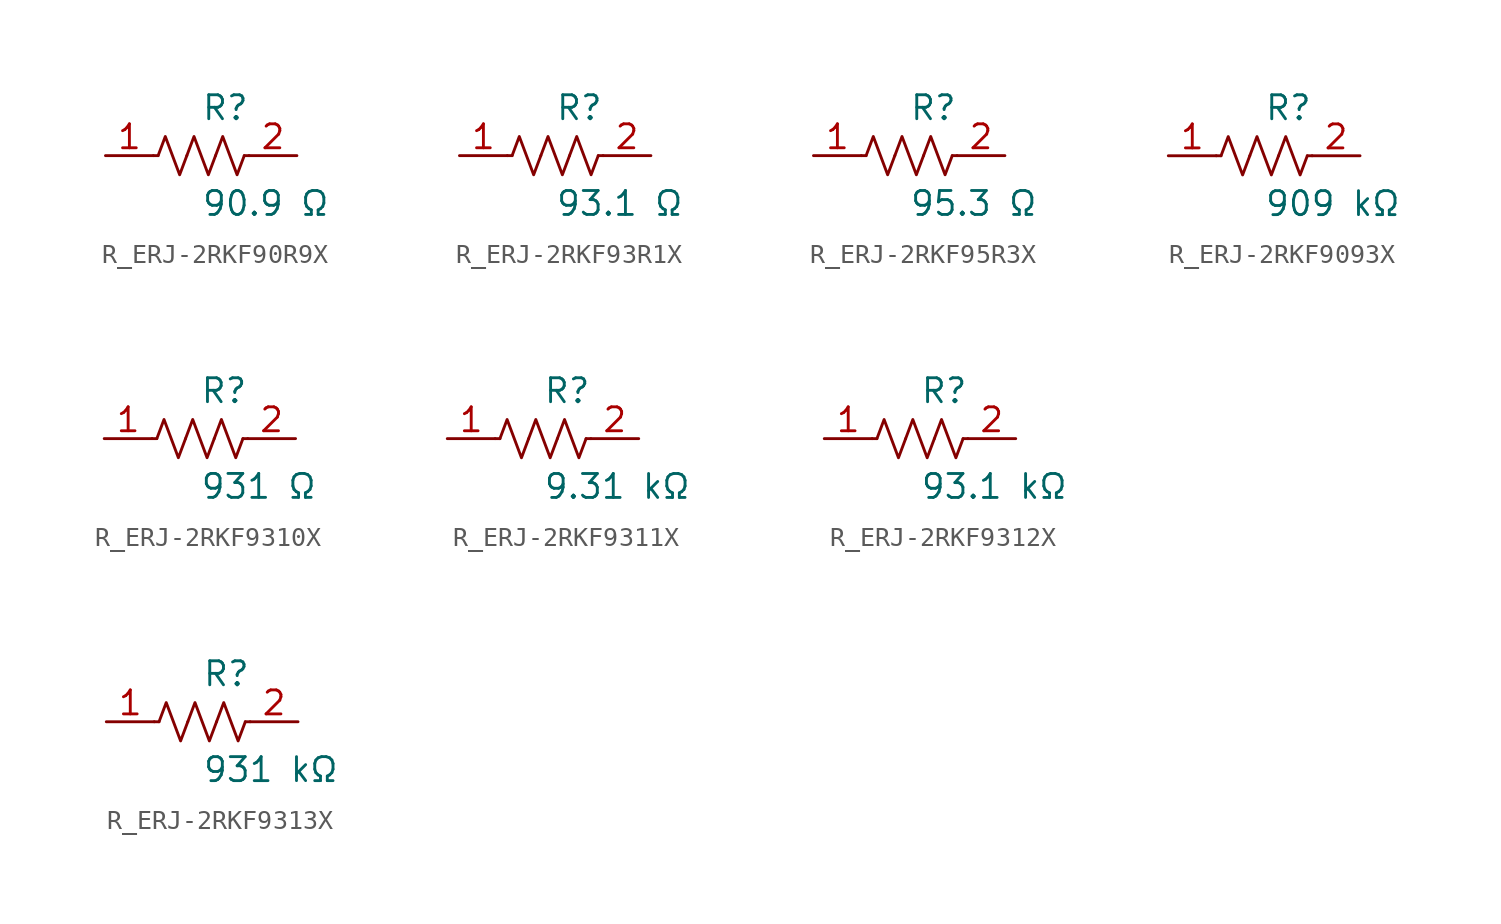
<source format=kicad_sym>
(kicad_symbol_lib
  (version 20231120)
  (generator kicad_symbol_editor)
  (generator_version 8.0)
  (symbol "R_ERJ-2RKF90R9X"
    (pin_names
      (offset 0.254))
    (property "Reference" "R"
      (at 0 2.54 0)
      (effects (font (size 1.27 1.27)) (justify left)))
    (property "Value" "90.9 Ω"
      (at 0 -2.54 0)
      (effects (font (size 1.27 1.27)) (justify left)))
    (symbol "R_ERJ-2RKF90R9X_0_1"
      (polyline (pts (xy 2.286 0) (xy 2.54 0)) (stroke (width 0) (type default)) (fill (type none)))
      (polyline (pts (xy -2.286 0) (xy -2.54 0)) (stroke (width 0) (type default)) (fill (type none)))
      (polyline (pts (xy 0.762 0) (xy 1.143 1.016) (xy 1.524 0) (xy 1.905 -1.016) (xy 2.286 0)) (stroke (width 0) (type default)) (fill (type none)))
      (polyline (pts (xy -0.762 0) (xy -0.381 1.016) (xy 0 0) (xy 0.381 -1.016) (xy 0.762 0)) (stroke (width 0) (type default)) (fill (type none)))
      (polyline (pts (xy -2.286 0) (xy -1.905 1.016) (xy -1.524 0) (xy -1.143 -1.016) (xy -0.762 0)) (stroke (width 0) (type default)) (fill (type none))))
    (pin unspecified line
      (at -5.08 0 0)
      (length 2.54)
      (name "" (effects (font (size 1.27 1.27))))
      (number "1" (effects (font (size 1.27 1.27)))))
    (pin unspecified line
      (at 5.08 0 180)
      (length 2.54)
      (name "" (effects (font (size 1.27 1.27))))
      (number "2" (effects (font (size 1.27 1.27))))))
  (symbol "R_ERJ-2RKF93R1X"
    (pin_names
      (offset 0.254))
    (property "Reference" "R"
      (at 0 2.54 0)
      (effects (font (size 1.27 1.27)) (justify left)))
    (property "Value" "93.1 Ω"
      (at 0 -2.54 0)
      (effects (font (size 1.27 1.27)) (justify left)))
    (symbol "R_ERJ-2RKF93R1X_0_1"
      (polyline (pts (xy 2.286 0) (xy 2.54 0)) (stroke (width 0) (type default)) (fill (type none)))
      (polyline (pts (xy -2.286 0) (xy -2.54 0)) (stroke (width 0) (type default)) (fill (type none)))
      (polyline (pts (xy 0.762 0) (xy 1.143 1.016) (xy 1.524 0) (xy 1.905 -1.016) (xy 2.286 0)) (stroke (width 0) (type default)) (fill (type none)))
      (polyline (pts (xy -0.762 0) (xy -0.381 1.016) (xy 0 0) (xy 0.381 -1.016) (xy 0.762 0)) (stroke (width 0) (type default)) (fill (type none)))
      (polyline (pts (xy -2.286 0) (xy -1.905 1.016) (xy -1.524 0) (xy -1.143 -1.016) (xy -0.762 0)) (stroke (width 0) (type default)) (fill (type none))))
    (pin unspecified line
      (at -5.08 0 0)
      (length 2.54)
      (name "" (effects (font (size 1.27 1.27))))
      (number "1" (effects (font (size 1.27 1.27)))))
    (pin unspecified line
      (at 5.08 0 180)
      (length 2.54)
      (name "" (effects (font (size 1.27 1.27))))
      (number "2" (effects (font (size 1.27 1.27))))))
  (symbol "R_ERJ-2RKF95R3X"
    (pin_names
      (offset 0.254))
    (property "Reference" "R"
      (at 0 2.54 0)
      (effects (font (size 1.27 1.27)) (justify left)))
    (property "Value" "95.3 Ω"
      (at 0 -2.54 0)
      (effects (font (size 1.27 1.27)) (justify left)))
    (symbol "R_ERJ-2RKF95R3X_0_1"
      (polyline (pts (xy 2.286 0) (xy 2.54 0)) (stroke (width 0) (type default)) (fill (type none)))
      (polyline (pts (xy -2.286 0) (xy -2.54 0)) (stroke (width 0) (type default)) (fill (type none)))
      (polyline (pts (xy 0.762 0) (xy 1.143 1.016) (xy 1.524 0) (xy 1.905 -1.016) (xy 2.286 0)) (stroke (width 0) (type default)) (fill (type none)))
      (polyline (pts (xy -0.762 0) (xy -0.381 1.016) (xy 0 0) (xy 0.381 -1.016) (xy 0.762 0)) (stroke (width 0) (type default)) (fill (type none)))
      (polyline (pts (xy -2.286 0) (xy -1.905 1.016) (xy -1.524 0) (xy -1.143 -1.016) (xy -0.762 0)) (stroke (width 0) (type default)) (fill (type none))))
    (pin unspecified line
      (at -5.08 0 0)
      (length 2.54)
      (name "" (effects (font (size 1.27 1.27))))
      (number "1" (effects (font (size 1.27 1.27)))))
    (pin unspecified line
      (at 5.08 0 180)
      (length 2.54)
      (name "" (effects (font (size 1.27 1.27))))
      (number "2" (effects (font (size 1.27 1.27))))))
  (symbol "R_ERJ-2RKF9093X"
    (pin_names
      (offset 0.254))
    (property "Reference" "R"
      (at 0 2.54 0)
      (effects (font (size 1.27 1.27)) (justify left)))
    (property "Value" "909 kΩ"
      (at 0 -2.54 0)
      (effects (font (size 1.27 1.27)) (justify left)))
    (symbol "R_ERJ-2RKF9093X_0_1"
      (polyline (pts (xy 2.286 0) (xy 2.54 0)) (stroke (width 0) (type default)) (fill (type none)))
      (polyline (pts (xy -2.286 0) (xy -2.54 0)) (stroke (width 0) (type default)) (fill (type none)))
      (polyline (pts (xy 0.762 0) (xy 1.143 1.016) (xy 1.524 0) (xy 1.905 -1.016) (xy 2.286 0)) (stroke (width 0) (type default)) (fill (type none)))
      (polyline (pts (xy -0.762 0) (xy -0.381 1.016) (xy 0 0) (xy 0.381 -1.016) (xy 0.762 0)) (stroke (width 0) (type default)) (fill (type none)))
      (polyline (pts (xy -2.286 0) (xy -1.905 1.016) (xy -1.524 0) (xy -1.143 -1.016) (xy -0.762 0)) (stroke (width 0) (type default)) (fill (type none))))
    (pin unspecified line
      (at -5.08 0 0)
      (length 2.54)
      (name "" (effects (font (size 1.27 1.27))))
      (number "1" (effects (font (size 1.27 1.27)))))
    (pin unspecified line
      (at 5.08 0 180)
      (length 2.54)
      (name "" (effects (font (size 1.27 1.27))))
      (number "2" (effects (font (size 1.27 1.27))))))
  (symbol "R_ERJ-2RKF9310X"
    (pin_names
      (offset 0.254))
    (property "Reference" "R"
      (at 0 2.54 0)
      (effects (font (size 1.27 1.27)) (justify left)))
    (property "Value" "931 Ω"
      (at 0 -2.54 0)
      (effects (font (size 1.27 1.27)) (justify left)))
    (symbol "R_ERJ-2RKF9310X_0_1"
      (polyline (pts (xy 2.286 0) (xy 2.54 0)) (stroke (width 0) (type default)) (fill (type none)))
      (polyline (pts (xy -2.286 0) (xy -2.54 0)) (stroke (width 0) (type default)) (fill (type none)))
      (polyline (pts (xy 0.762 0) (xy 1.143 1.016) (xy 1.524 0) (xy 1.905 -1.016) (xy 2.286 0)) (stroke (width 0) (type default)) (fill (type none)))
      (polyline (pts (xy -0.762 0) (xy -0.381 1.016) (xy 0 0) (xy 0.381 -1.016) (xy 0.762 0)) (stroke (width 0) (type default)) (fill (type none)))
      (polyline (pts (xy -2.286 0) (xy -1.905 1.016) (xy -1.524 0) (xy -1.143 -1.016) (xy -0.762 0)) (stroke (width 0) (type default)) (fill (type none))))
    (pin unspecified line
      (at -5.08 0 0)
      (length 2.54)
      (name "" (effects (font (size 1.27 1.27))))
      (number "1" (effects (font (size 1.27 1.27)))))
    (pin unspecified line
      (at 5.08 0 180)
      (length 2.54)
      (name "" (effects (font (size 1.27 1.27))))
      (number "2" (effects (font (size 1.27 1.27))))))
  (symbol "R_ERJ-2RKF9311X"
    (pin_names
      (offset 0.254))
    (property "Reference" "R"
      (at 0 2.54 0)
      (effects (font (size 1.27 1.27)) (justify left)))
    (property "Value" "9.31 kΩ"
      (at 0 -2.54 0)
      (effects (font (size 1.27 1.27)) (justify left)))
    (symbol "R_ERJ-2RKF9311X_0_1"
      (polyline (pts (xy 2.286 0) (xy 2.54 0)) (stroke (width 0) (type default)) (fill (type none)))
      (polyline (pts (xy -2.286 0) (xy -2.54 0)) (stroke (width 0) (type default)) (fill (type none)))
      (polyline (pts (xy 0.762 0) (xy 1.143 1.016) (xy 1.524 0) (xy 1.905 -1.016) (xy 2.286 0)) (stroke (width 0) (type default)) (fill (type none)))
      (polyline (pts (xy -0.762 0) (xy -0.381 1.016) (xy 0 0) (xy 0.381 -1.016) (xy 0.762 0)) (stroke (width 0) (type default)) (fill (type none)))
      (polyline (pts (xy -2.286 0) (xy -1.905 1.016) (xy -1.524 0) (xy -1.143 -1.016) (xy -0.762 0)) (stroke (width 0) (type default)) (fill (type none))))
    (pin unspecified line
      (at -5.08 0 0)
      (length 2.54)
      (name "" (effects (font (size 1.27 1.27))))
      (number "1" (effects (font (size 1.27 1.27)))))
    (pin unspecified line
      (at 5.08 0 180)
      (length 2.54)
      (name "" (effects (font (size 1.27 1.27))))
      (number "2" (effects (font (size 1.27 1.27))))))
  (symbol "R_ERJ-2RKF9312X"
    (pin_names
      (offset 0.254))
    (property "Reference" "R"
      (at 0 2.54 0)
      (effects (font (size 1.27 1.27)) (justify left)))
    (property "Value" "93.1 kΩ"
      (at 0 -2.54 0)
      (effects (font (size 1.27 1.27)) (justify left)))
    (symbol "R_ERJ-2RKF9312X_0_1"
      (polyline (pts (xy 2.286 0) (xy 2.54 0)) (stroke (width 0) (type default)) (fill (type none)))
      (polyline (pts (xy -2.286 0) (xy -2.54 0)) (stroke (width 0) (type default)) (fill (type none)))
      (polyline (pts (xy 0.762 0) (xy 1.143 1.016) (xy 1.524 0) (xy 1.905 -1.016) (xy 2.286 0)) (stroke (width 0) (type default)) (fill (type none)))
      (polyline (pts (xy -0.762 0) (xy -0.381 1.016) (xy 0 0) (xy 0.381 -1.016) (xy 0.762 0)) (stroke (width 0) (type default)) (fill (type none)))
      (polyline (pts (xy -2.286 0) (xy -1.905 1.016) (xy -1.524 0) (xy -1.143 -1.016) (xy -0.762 0)) (stroke (width 0) (type default)) (fill (type none))))
    (pin unspecified line
      (at -5.08 0 0)
      (length 2.54)
      (name "" (effects (font (size 1.27 1.27))))
      (number "1" (effects (font (size 1.27 1.27)))))
    (pin unspecified line
      (at 5.08 0 180)
      (length 2.54)
      (name "" (effects (font (size 1.27 1.27))))
      (number "2" (effects (font (size 1.27 1.27))))))
  (symbol "R_ERJ-2RKF9313X"
    (pin_names
      (offset 0.254))
    (property "Reference" "R"
      (at 0 2.54 0)
      (effects (font (size 1.27 1.27)) (justify left)))
    (property "Value" "931 kΩ"
      (at 0 -2.54 0)
      (effects (font (size 1.27 1.27)) (justify left)))
    (symbol "R_ERJ-2RKF9313X_0_1"
      (polyline (pts (xy 2.286 0) (xy 2.54 0)) (stroke (width 0) (type default)) (fill (type none)))
      (polyline (pts (xy -2.286 0) (xy -2.54 0)) (stroke (width 0) (type default)) (fill (type none)))
      (polyline (pts (xy 0.762 0) (xy 1.143 1.016) (xy 1.524 0) (xy 1.905 -1.016) (xy 2.286 0)) (stroke (width 0) (type default)) (fill (type none)))
      (polyline (pts (xy -0.762 0) (xy -0.381 1.016) (xy 0 0) (xy 0.381 -1.016) (xy 0.762 0)) (stroke (width 0) (type default)) (fill (type none)))
      (polyline (pts (xy -2.286 0) (xy -1.905 1.016) (xy -1.524 0) (xy -1.143 -1.016) (xy -0.762 0)) (stroke (width 0) (type default)) (fill (type none))))
    (pin unspecified line
      (at -5.08 0 0)
      (length 2.54)
      (name "" (effects (font (size 1.27 1.27))))
      (number "1" (effects (font (size 1.27 1.27)))))
    (pin unspecified line
      (at 5.08 0 180)
      (length 2.54)
      (name "" (effects (font (size 1.27 1.27))))
      (number "2" (effects (font (size 1.27 1.27)))))))
</source>
